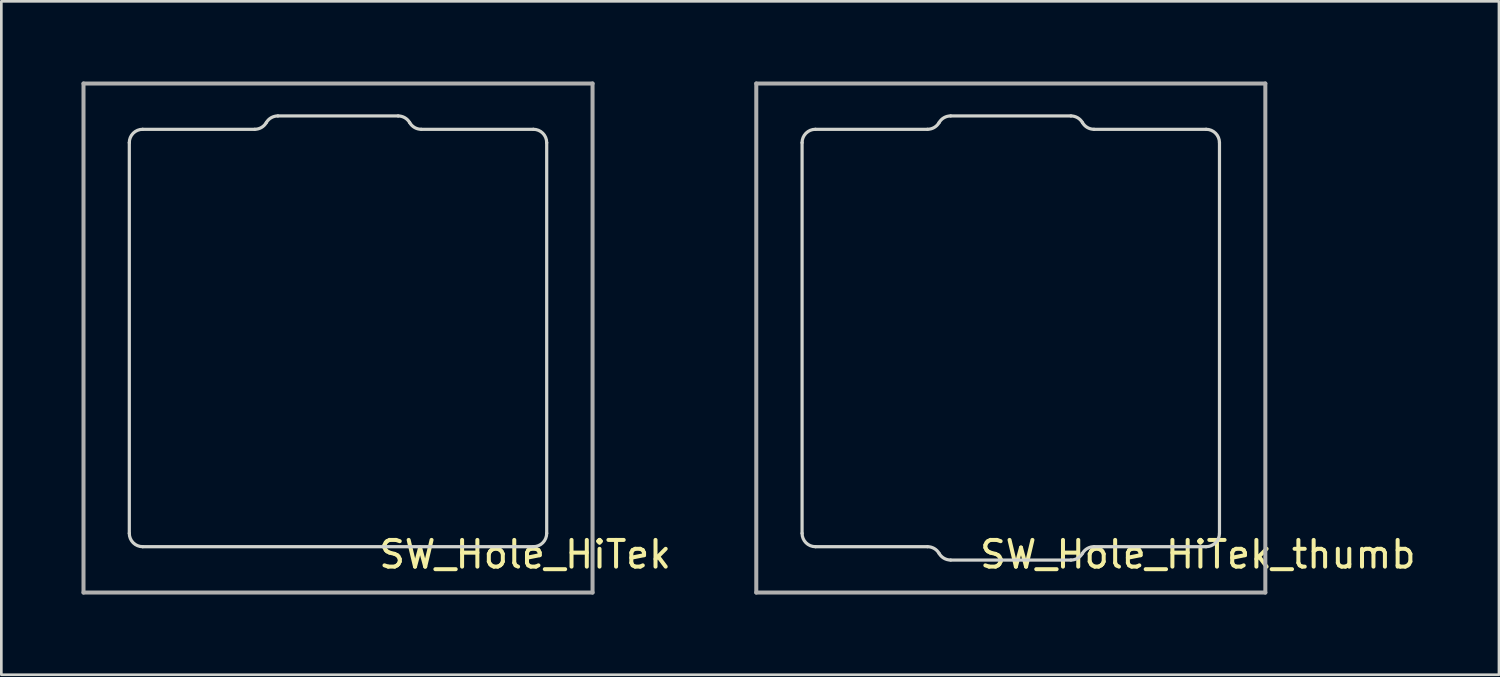
<source format=kicad_pcb>
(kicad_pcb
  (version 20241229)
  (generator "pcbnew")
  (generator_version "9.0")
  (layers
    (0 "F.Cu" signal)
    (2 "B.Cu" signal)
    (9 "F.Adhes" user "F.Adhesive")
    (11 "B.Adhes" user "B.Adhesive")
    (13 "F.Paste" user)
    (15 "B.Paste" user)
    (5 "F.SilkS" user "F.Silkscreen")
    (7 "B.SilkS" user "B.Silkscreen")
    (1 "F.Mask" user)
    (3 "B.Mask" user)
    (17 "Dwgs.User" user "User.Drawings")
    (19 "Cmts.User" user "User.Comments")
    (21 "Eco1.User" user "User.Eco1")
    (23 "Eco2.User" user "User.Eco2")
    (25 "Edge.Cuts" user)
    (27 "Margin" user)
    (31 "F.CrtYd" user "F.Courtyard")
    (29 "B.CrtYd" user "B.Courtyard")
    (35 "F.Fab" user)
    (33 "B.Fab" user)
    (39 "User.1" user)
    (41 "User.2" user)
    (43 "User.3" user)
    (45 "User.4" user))
  (footprint "SW_Hole_HiTek_thumb"
    (layer "F.Cu")
    (at 34.777 9.6)
    (property "Reference" "SW_Hole_HiTek_thumb" (at 7 8.1 0) (layer "F.SilkS") (effects (font (size 1 1) (thickness 0.15))))
    (attr through_hole)
    (fp_line (start -7.811 7.309) (end -7.811 -7.311) (stroke (width 0.12) (type solid)) (layer "Edge.Cuts"))
    (fp_line (start -7.311 -7.811) (end -3.117 -7.811) (stroke (width 0.12) (type solid)) (layer "Edge.Cuts"))
    (fp_line (start -3.117 7.809) (end -7.311 7.809) (stroke (width 0.12) (type solid)) (layer "Edge.Cuts"))
    (fp_line (start -2.251 -8.311) (end 2.249 -8.311) (stroke (width 0.12) (type solid)) (layer "Edge.Cuts"))
    (fp_line (start 2.249 8.309) (end -2.251 8.309) (stroke (width 0.12) (type solid)) (layer "Edge.Cuts"))
    (fp_line (start 3.115 -7.811) (end 7.309 -7.811) (stroke (width 0.12) (type solid)) (layer "Edge.Cuts"))
    (fp_line (start 7.309 7.809) (end 3.115 7.809) (stroke (width 0.12) (type solid)) (layer "Edge.Cuts"))
    (fp_line (start 7.809 -7.311) (end 7.809 7.309) (stroke (width 0.12) (type solid)) (layer "Edge.Cuts"))
    (fp_arc (start -7.8114 -7.311469) (mid -7.664953 -7.665022) (end -7.3114 -7.811469) (stroke (width 0.12) (type solid)) (layer "Edge.Cuts"))
    (fp_arc (start -7.3114 7.808531) (mid -7.664953 7.662084) (end -7.8114 7.308531) (stroke (width 0.12) (type solid)) (layer "Edge.Cuts"))
    (fp_arc (start -3.117425 7.808532) (mid -2.867426 7.875519) (end -2.684413 8.058531) (stroke (width 0.12) (type solid)) (layer "Edge.Cuts"))
    (fp_arc (start -2.684413 -8.061469) (mid -2.5014 -8.244482) (end -2.2514 -8.311469) (stroke (width 0.12) (type solid)) (layer "Edge.Cuts"))
    (fp_arc (start -2.684412 -8.061469) (mid -2.867425 -7.878456) (end -3.117425 -7.811469) (stroke (width 0.12) (type solid)) (layer "Edge.Cuts"))
    (fp_arc (start -2.2514 8.308531) (mid -2.5014 8.241544) (end -2.684413 8.058531) (stroke (width 0.12) (type solid)) (layer "Edge.Cuts"))
    (fp_arc (start 2.2486 -8.311469) (mid 2.4986 -8.244482) (end 2.681613 -8.061469) (stroke (width 0.12) (type solid)) (layer "Edge.Cuts"))
    (fp_arc (start 2.681612 8.058531) (mid 2.864625 7.875518) (end 3.114625 7.808531) (stroke (width 0.12) (type solid)) (layer "Edge.Cuts"))
    (fp_arc (start 2.681613 8.058531) (mid 2.4986 8.241544) (end 2.2486 8.308531) (stroke (width 0.12) (type solid)) (layer "Edge.Cuts"))
    (fp_arc (start 3.114625 -7.81147) (mid 2.864626 -7.878457) (end 2.681613 -8.061469) (stroke (width 0.12) (type solid)) (layer "Edge.Cuts"))
    (fp_arc (start 7.3086 -7.811469) (mid 7.662153 -7.665022) (end 7.8086 -7.311469) (stroke (width 0.12) (type solid)) (layer "Edge.Cuts"))
    (fp_arc (start 7.8086 7.308531) (mid 7.662153 7.662084) (end 7.3086 7.808531) (stroke (width 0.12) (type solid)) (layer "Edge.Cuts"))
    (fp_line (start -9.525 -9.525) (end -9.525 9.525) (stroke (width 0.15) (type solid)) (layer "F.Fab"))
    (fp_line (start -9.525 9.525) (end 9.525 9.525) (stroke (width 0.15) (type solid)) (layer "F.Fab"))
    (fp_line (start 9.525 -9.525) (end -9.525 -9.525) (stroke (width 0.15) (type solid)) (layer "F.Fab"))
    (fp_line (start 9.525 9.525) (end 9.525 -9.525) (stroke (width 0.15) (type solid)) (layer "F.Fab")))
  (footprint "SW_Hole_HiTek"
    (layer "F.Cu")
    (at 9.6 9.6)
    (property "Reference" "SW_Hole_HiTek" (at 7 8.1 0) (layer "F.SilkS") (effects (font (size 1 1) (thickness 0.15))))
    (attr through_hole)
    (fp_line (start -7.811 7.309) (end -7.811 -7.311) (stroke (width 0.12) (type solid)) (layer "Edge.Cuts"))
    (fp_line (start -7.311 -7.811) (end -3.117 -7.811) (stroke (width 0.12) (type solid)) (layer "Edge.Cuts"))
    (fp_line (start -2.251 -8.311) (end 2.249 -8.311) (stroke (width 0.12) (type solid)) (layer "Edge.Cuts"))
    (fp_line (start 3.115 -7.811) (end 7.309 -7.811) (stroke (width 0.12) (type solid)) (layer "Edge.Cuts"))
    (fp_line (start 7.309 7.809) (end -7.311 7.809) (stroke (width 0.12) (type solid)) (layer "Edge.Cuts"))
    (fp_line (start 7.809 -7.311) (end 7.809 7.309) (stroke (width 0.12) (type solid)) (layer "Edge.Cuts"))
    (fp_arc (start -7.8114 -7.311469) (mid -7.664953 -7.665022) (end -7.3114 -7.811469) (stroke (width 0.12) (type solid)) (layer "Edge.Cuts"))
    (fp_arc (start -7.3114 7.808531) (mid -7.664953 7.662084) (end -7.8114 7.308531) (stroke (width 0.12) (type solid)) (layer "Edge.Cuts"))
    (fp_arc (start -2.684413 -8.061469) (mid -2.5014 -8.244482) (end -2.2514 -8.311469) (stroke (width 0.12) (type solid)) (layer "Edge.Cuts"))
    (fp_arc (start -2.684412 -8.061469) (mid -2.867425 -7.878456) (end -3.117425 -7.811469) (stroke (width 0.12) (type solid)) (layer "Edge.Cuts"))
    (fp_arc (start 2.2486 -8.311469) (mid 2.4986 -8.244482) (end 2.681613 -8.061469) (stroke (width 0.12) (type solid)) (layer "Edge.Cuts"))
    (fp_arc (start 3.114625 -7.81147) (mid 2.864626 -7.878457) (end 2.681613 -8.061469) (stroke (width 0.12) (type solid)) (layer "Edge.Cuts"))
    (fp_arc (start 7.3086 -7.811469) (mid 7.662153 -7.665022) (end 7.8086 -7.311469) (stroke (width 0.12) (type solid)) (layer "Edge.Cuts"))
    (fp_arc (start 7.8086 7.308531) (mid 7.662153 7.662084) (end 7.3086 7.808531) (stroke (width 0.12) (type solid)) (layer "Edge.Cuts"))
    (fp_line (start -9.525 -9.525) (end -9.525 9.525) (stroke (width 0.15) (type solid)) (layer "F.Fab"))
    (fp_line (start -9.525 9.525) (end 9.525 9.525) (stroke (width 0.15) (type solid)) (layer "F.Fab"))
    (fp_line (start 9.525 -9.525) (end -9.525 -9.525) (stroke (width 0.15) (type solid)) (layer "F.Fab"))
    (fp_line (start 9.525 9.525) (end 9.525 -9.525) (stroke (width 0.15) (type solid)) (layer "F.Fab")))
  (gr_rect
    (start -3 -3)
    (end 53.045 22.2)
    (stroke (width 0.1) (type default))
    (fill no)
    (layer "Edge.Cuts")))
</source>
